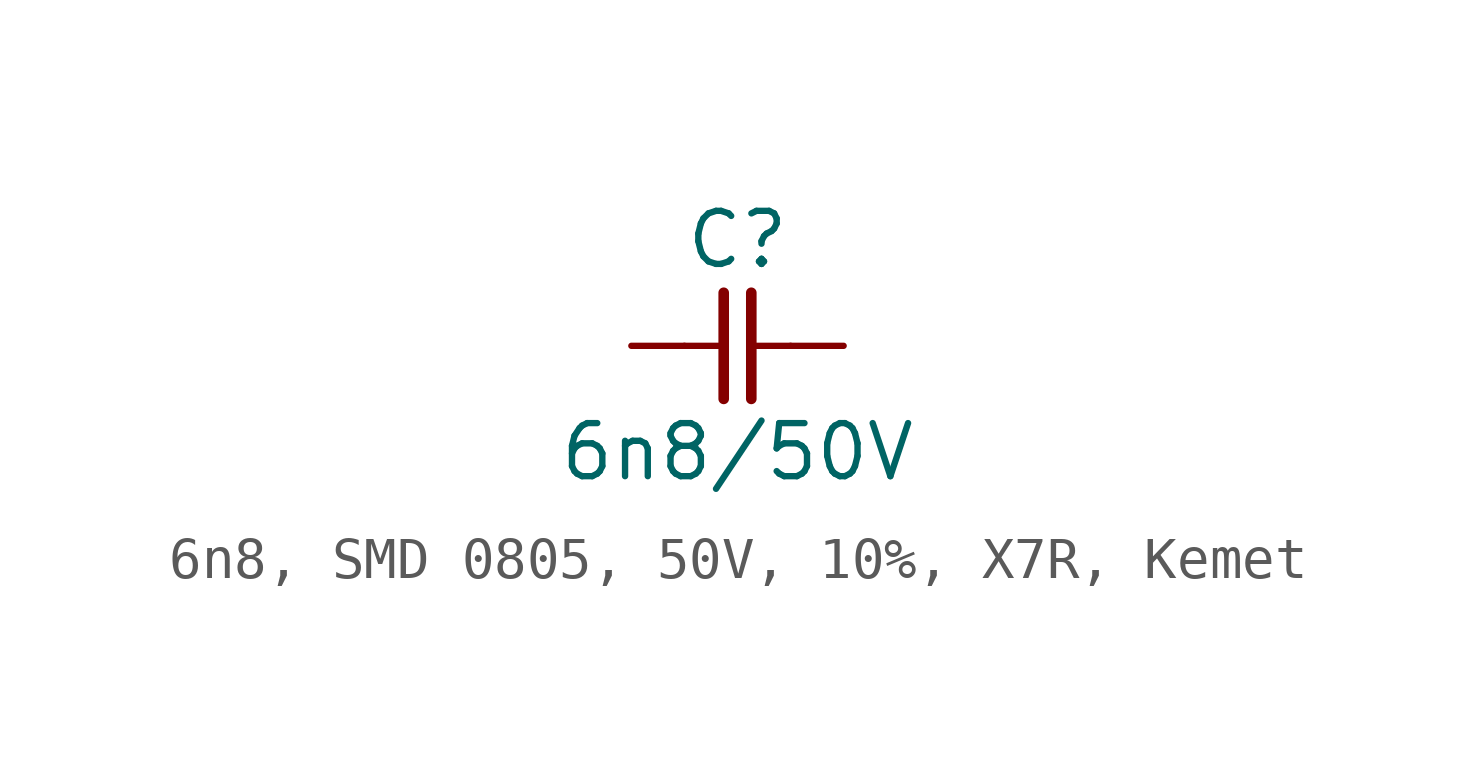
<source format=kicad_sym>
(kicad_symbol_lib
  (version 20241209)
  (generator "kicad_symbol_editor")
  (generator_version "9.0")
  (symbol "6n8, SMD 0805, 50V, 10%, X7R, Kemet"
    (pin_numbers
      (hide yes))
    (pin_names
      (offset 0)
      (hide yes))
    (property "Reference" "C"
      (at 0 2.54 0)
      (effects (font (size 1.27 1.27))))
    (property "Value" "6n8/50V"
      (at 0 -2.54 0)
      (effects (font (size 1.27 1.27))))
    (symbol "6n8, SMD 0805, 50V, 10%, X7R, Kemet_0_1"
      (polyline (pts (xy -0.33 1.27) (xy -0.33 -1.27)) (stroke (width 0.254) (type default)) (fill (type none)))
      (polyline (pts (xy -0.318 0) (xy -1.27 0)) (stroke (width 0) (type default)) (fill (type none)))
      (polyline (pts (xy 0.33 1.27) (xy 0.33 -1.27)) (stroke (width 0.254) (type default)) (fill (type none)))
      (polyline (pts (xy 1.27 0) (xy 0.318 0)) (stroke (width 0) (type default)) (fill (type none))))
    (symbol "6n8, SMD 0805, 50V, 10%, X7R, Kemet_1_1"
      (pin passive line (at -2.54 0 0) (length 1.27) (name "1" (effects (font (size 1.27 1.27)))) (number "1" (effects (font (size 1.27 1.27)))))
      (pin passive line (at 2.54 0 180) (length 1.27) (name "2" (effects (font (size 1.27 1.27)))) (number "2" (effects (font (size 1.27 1.27))))))))
</source>
